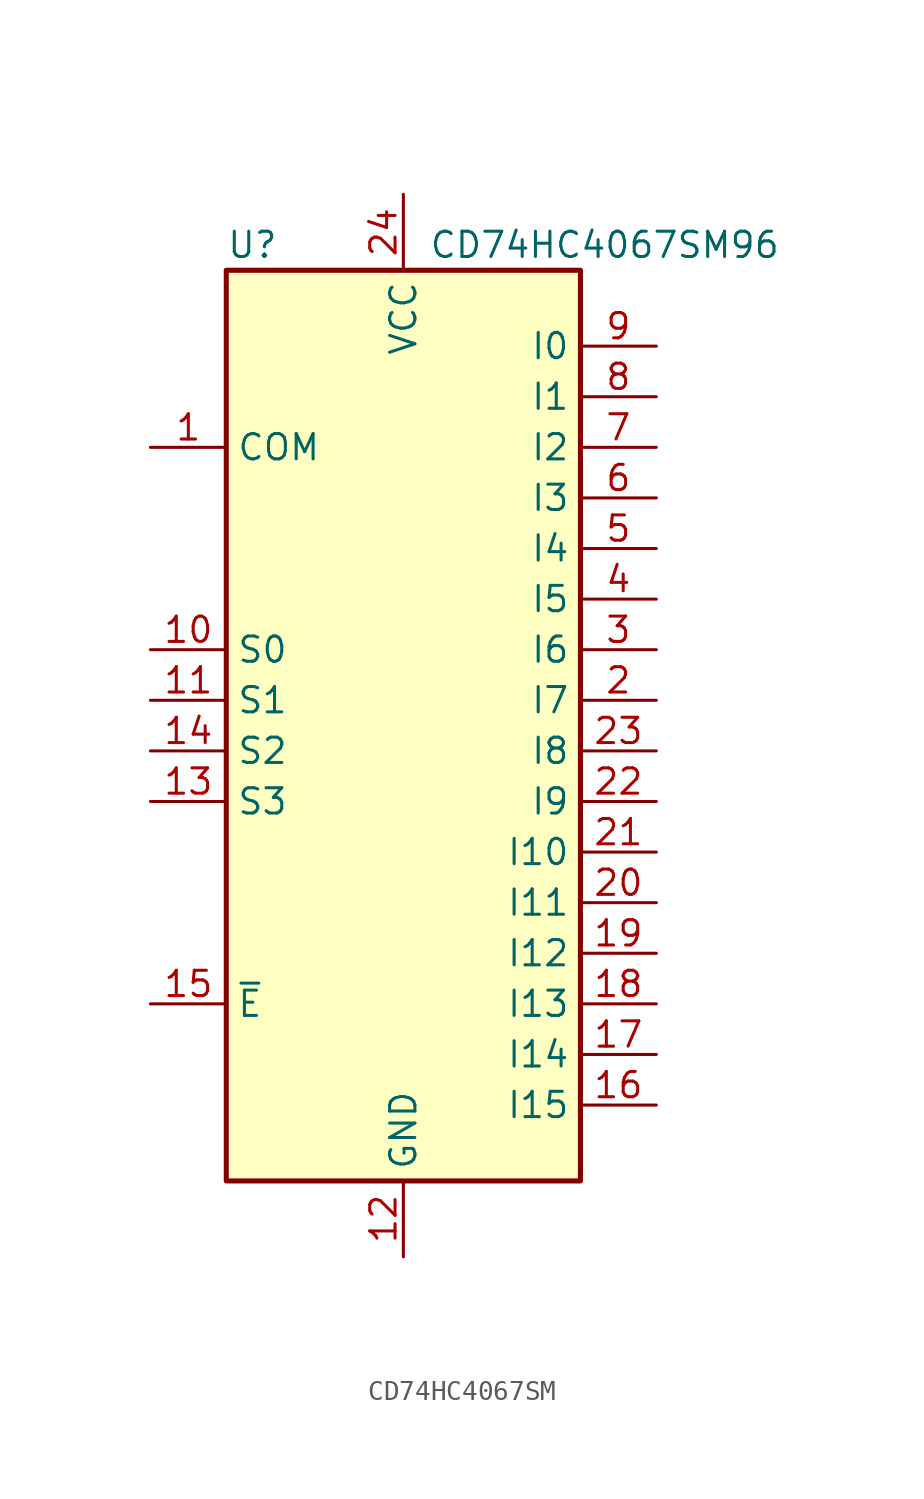
<source format=kicad_sym>
(kicad_symbol_lib
  (version 20241209)
  (generator "kicad_symbol_editor")
  (generator_version "9.0")
  (symbol "CD74HC4067SM"
    (property "Reference" "U"
      (at -8.89 22.86 0)
      (effects (font (size 1.27 1.27)) (justify left)))
    (property "Value" "CD74HC4067SM96"
      (at 1.27 22.86 0)
      (effects (font (size 1.27 1.27)) (justify left)))
    (symbol "CD74HC4067SM_0_1"
      (rectangle (start -8.89 21.59) (end 8.89 -24.13) (stroke (width 0.254) (type default)) (fill (type background))))
    (symbol "CD74HC4067SM_1_1"
      (pin passive line (at -12.7 12.7 0) (length 3.81) (name "COM" (effects (font (size 1.27 1.27)))) (number "1" (effects (font (size 1.27 1.27)))))
      (pin input line (at -12.7 2.54 0) (length 3.81) (name "S0" (effects (font (size 1.27 1.27)))) (number "10" (effects (font (size 1.27 1.27)))))
      (pin input line (at -12.7 0 0) (length 3.81) (name "S1" (effects (font (size 1.27 1.27)))) (number "11" (effects (font (size 1.27 1.27)))))
      (pin input line (at -12.7 -2.54 0) (length 3.81) (name "S2" (effects (font (size 1.27 1.27)))) (number "14" (effects (font (size 1.27 1.27)))))
      (pin input line (at -12.7 -5.08 0) (length 3.81) (name "S3" (effects (font (size 1.27 1.27)))) (number "13" (effects (font (size 1.27 1.27)))))
      (pin input line (at -12.7 -15.24 0) (length 3.81) (name "~{E}" (effects (font (size 1.27 1.27)))) (number "15" (effects (font (size 1.27 1.27)))))
      (pin power_in line (at 0 25.4 270) (length 3.81) (name "VCC" (effects (font (size 1.27 1.27)))) (number "24" (effects (font (size 1.27 1.27)))))
      (pin power_in line (at 0 -27.94 90) (length 3.81) (name "GND" (effects (font (size 1.27 1.27)))) (number "12" (effects (font (size 1.27 1.27)))))
      (pin passive line (at 12.7 17.78 180) (length 3.81) (name "I0" (effects (font (size 1.27 1.27)))) (number "9" (effects (font (size 1.27 1.27)))))
      (pin passive line (at 12.7 15.24 180) (length 3.81) (name "I1" (effects (font (size 1.27 1.27)))) (number "8" (effects (font (size 1.27 1.27)))))
      (pin passive line (at 12.7 12.7 180) (length 3.81) (name "I2" (effects (font (size 1.27 1.27)))) (number "7" (effects (font (size 1.27 1.27)))))
      (pin passive line (at 12.7 10.16 180) (length 3.81) (name "I3" (effects (font (size 1.27 1.27)))) (number "6" (effects (font (size 1.27 1.27)))))
      (pin passive line (at 12.7 7.62 180) (length 3.81) (name "I4" (effects (font (size 1.27 1.27)))) (number "5" (effects (font (size 1.27 1.27)))))
      (pin passive line (at 12.7 5.08 180) (length 3.81) (name "I5" (effects (font (size 1.27 1.27)))) (number "4" (effects (font (size 1.27 1.27)))))
      (pin passive line (at 12.7 2.54 180) (length 3.81) (name "I6" (effects (font (size 1.27 1.27)))) (number "3" (effects (font (size 1.27 1.27)))))
      (pin passive line (at 12.7 0 180) (length 3.81) (name "I7" (effects (font (size 1.27 1.27)))) (number "2" (effects (font (size 1.27 1.27)))))
      (pin passive line (at 12.7 -2.54 180) (length 3.81) (name "I8" (effects (font (size 1.27 1.27)))) (number "23" (effects (font (size 1.27 1.27)))))
      (pin passive line (at 12.7 -5.08 180) (length 3.81) (name "I9" (effects (font (size 1.27 1.27)))) (number "22" (effects (font (size 1.27 1.27)))))
      (pin passive line (at 12.7 -7.62 180) (length 3.81) (name "I10" (effects (font (size 1.27 1.27)))) (number "21" (effects (font (size 1.27 1.27)))))
      (pin passive line (at 12.7 -10.16 180) (length 3.81) (name "I11" (effects (font (size 1.27 1.27)))) (number "20" (effects (font (size 1.27 1.27)))))
      (pin passive line (at 12.7 -12.7 180) (length 3.81) (name "I12" (effects (font (size 1.27 1.27)))) (number "19" (effects (font (size 1.27 1.27)))))
      (pin passive line (at 12.7 -15.24 180) (length 3.81) (name "I13" (effects (font (size 1.27 1.27)))) (number "18" (effects (font (size 1.27 1.27)))))
      (pin passive line (at 12.7 -17.78 180) (length 3.81) (name "I14" (effects (font (size 1.27 1.27)))) (number "17" (effects (font (size 1.27 1.27)))))
      (pin passive line (at 12.7 -20.32 180) (length 3.81) (name "I15" (effects (font (size 1.27 1.27)))) (number "16" (effects (font (size 1.27 1.27))))))))
</source>
